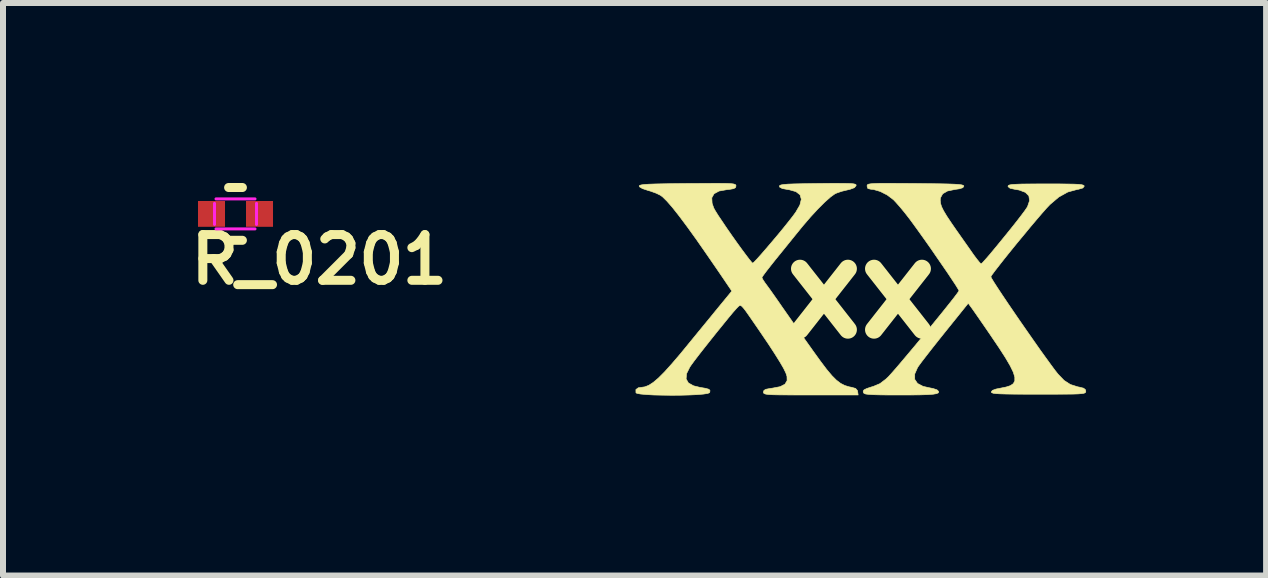
<source format=kicad_pcb>
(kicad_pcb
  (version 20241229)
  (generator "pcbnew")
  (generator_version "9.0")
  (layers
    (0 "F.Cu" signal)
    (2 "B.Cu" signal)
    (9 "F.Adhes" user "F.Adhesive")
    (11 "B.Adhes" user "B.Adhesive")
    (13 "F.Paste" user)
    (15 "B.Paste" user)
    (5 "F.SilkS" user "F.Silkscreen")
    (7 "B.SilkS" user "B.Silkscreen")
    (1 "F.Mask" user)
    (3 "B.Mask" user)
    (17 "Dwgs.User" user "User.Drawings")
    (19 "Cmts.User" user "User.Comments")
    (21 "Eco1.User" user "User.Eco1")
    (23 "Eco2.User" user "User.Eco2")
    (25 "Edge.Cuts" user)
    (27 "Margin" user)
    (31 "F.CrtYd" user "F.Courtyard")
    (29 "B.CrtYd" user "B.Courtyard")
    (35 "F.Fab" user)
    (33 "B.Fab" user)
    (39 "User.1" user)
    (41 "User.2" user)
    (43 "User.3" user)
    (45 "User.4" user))
  (footprint "xx"
    (layer "F.Cu")
    (at 11.299 1.755)
    (property "Reference" "xx" (at 0 0 0) (layer "F.SilkS") (effects (font (size 1.524 1.524) (thickness 0.3))))
    (attr through_hole)
    (fp_poly (pts (xy -2.35 -1.749) (xy -2.248 -1.748) (xy -2.176 -1.745) (xy -2.128 -1.74) (xy -2.1 -1.732) (xy -2.087 -1.723) (xy -2.083 -1.711) (xy -2.083 -1.706) (xy -2.091 -1.678) (xy -2.122 -1.661) (xy -2.188 -1.649) (xy -2.237 -1.644) (xy -2.365 -1.621) (xy -2.448 -1.576) (xy -2.486 -1.509) (xy -2.481 -1.417) (xy -2.454 -1.339) (xy -2.428 -1.292) (xy -2.38 -1.215) (xy -2.314 -1.117) (xy -2.238 -1.004) (xy -2.154 -0.883) (xy -2.069 -0.763) (xy -1.988 -0.651) (xy -1.915 -0.553) (xy -1.857 -0.477) (xy -1.818 -0.43) (xy -1.804 -0.419) (xy -1.781 -0.438) (xy -1.732 -0.489) (xy -1.662 -0.567) (xy -1.578 -0.664) (xy -1.485 -0.773) (xy -1.388 -0.888) (xy -1.294 -1.002) (xy -1.209 -1.108) (xy -1.137 -1.2) (xy -1.087 -1.268) (xy -1.018 -1.387) (xy -0.994 -1.484) (xy -1.015 -1.558) (xy -1.083 -1.611) (xy -1.196 -1.643) (xy -1.224 -1.647) (xy -1.311 -1.663) (xy -1.353 -1.685) (xy -1.359 -1.702) (xy -1.353 -1.714) (xy -1.331 -1.723) (xy -1.289 -1.73) (xy -1.219 -1.736) (xy -1.118 -1.74) (xy -0.979 -1.743) (xy -0.796 -1.746) (xy -0.716 -1.747) (xy -0.518 -1.749) (xy -0.365 -1.749) (xy -0.252 -1.748) (xy -0.173 -1.746) (xy -0.122 -1.741) (xy -0.093 -1.734) (xy -0.081 -1.724) (xy -0.081 -1.711) (xy -0.081 -1.711) (xy -0.109 -1.677) (xy -0.182 -1.65) (xy -0.229 -1.639) (xy -0.32 -1.617) (xy -0.399 -1.59) (xy -0.432 -1.576) (xy -0.506 -1.523) (xy -0.604 -1.436) (xy -0.718 -1.322) (xy -0.842 -1.188) (xy -0.968 -1.041) (xy -0.999 -1.003) (xy -1.1 -0.879) (xy -1.218 -0.733) (xy -1.336 -0.587) (xy -1.428 -0.474) (xy -1.508 -0.373) (xy -1.576 -0.286) (xy -1.625 -0.22) (xy -1.649 -0.183) (xy -1.651 -0.179) (xy -1.637 -0.149) (xy -1.601 -0.094) (xy -1.567 -0.048) (xy -1.518 0.019) (xy -1.451 0.114) (xy -1.374 0.224) (xy -1.309 0.318) (xy -1.239 0.418) (xy -1.148 0.548) (xy -1.043 0.698) (xy -0.932 0.856) (xy -0.821 1.012) (xy -0.804 1.036) (xy -0.677 1.212) (xy -0.573 1.35) (xy -0.485 1.455) (xy -0.409 1.531) (xy -0.338 1.585) (xy -0.269 1.62) (xy -0.196 1.642) (xy -0.155 1.65) (xy -0.089 1.669) (xy -0.059 1.704) (xy -0.055 1.721) (xy -0.047 1.778) (xy -0.836 1.778) (xy -1.057 1.778) (xy -1.233 1.777) (xy -1.368 1.776) (xy -1.468 1.774) (xy -1.538 1.77) (xy -1.584 1.764) (xy -1.61 1.756) (xy -1.622 1.746) (xy -1.626 1.734) (xy -1.626 1.73) (xy -1.617 1.702) (xy -1.586 1.683) (xy -1.519 1.67) (xy -1.47 1.663) (xy -1.346 1.639) (xy -1.267 1.598) (xy -1.231 1.538) (xy -1.233 1.467) (xy -1.252 1.41) (xy -1.29 1.332) (xy -1.35 1.229) (xy -1.433 1.096) (xy -1.541 0.93) (xy -1.678 0.728) (xy -1.68 0.725) (xy -1.783 0.575) (xy -1.861 0.462) (xy -1.918 0.381) (xy -1.959 0.328) (xy -1.987 0.298) (xy -2.007 0.286) (xy -2.023 0.288) (xy -2.039 0.299) (xy -2.046 0.306) (xy -2.079 0.34) (xy -2.137 0.406) (xy -2.214 0.499) (xy -2.305 0.611) (xy -2.405 0.734) (xy -2.507 0.862) (xy -2.606 0.987) (xy -2.697 1.103) (xy -2.773 1.202) (xy -2.828 1.277) (xy -2.853 1.314) (xy -2.907 1.423) (xy -2.914 1.51) (xy -2.876 1.577) (xy -2.79 1.625) (xy -2.683 1.651) (xy -2.589 1.667) (xy -2.537 1.682) (xy -2.517 1.7) (xy -2.519 1.727) (xy -2.523 1.739) (xy -2.553 1.752) (xy -2.625 1.763) (xy -2.73 1.772) (xy -2.859 1.778) (xy -3.005 1.782) (xy -3.158 1.783) (xy -3.31 1.781) (xy -3.453 1.778) (xy -3.576 1.771) (xy -3.673 1.762) (xy -3.733 1.751) (xy -3.75 1.741) (xy -3.751 1.687) (xy -3.709 1.657) (xy -3.662 1.651) (xy -3.601 1.642) (xy -3.535 1.616) (xy -3.461 1.568) (xy -3.376 1.496) (xy -3.275 1.395) (xy -3.155 1.262) (xy -3.012 1.095) (xy -2.862 0.912) (xy -2.79 0.824) (xy -2.696 0.709) (xy -2.589 0.579) (xy -2.48 0.446) (xy -2.429 0.383) (xy -2.152 0.046) (xy -2.352 -0.249) (xy -2.559 -0.55) (xy -2.74 -0.81) (xy -2.897 -1.028) (xy -3.031 -1.207) (xy -3.143 -1.349) (xy -3.234 -1.453) (xy -3.305 -1.523) (xy -3.341 -1.55) (xy -3.413 -1.585) (xy -3.507 -1.619) (xy -3.558 -1.634) (xy -3.642 -1.662) (xy -3.689 -1.69) (xy -3.696 -1.705) (xy -3.688 -1.715) (xy -3.663 -1.723) (xy -3.614 -1.73) (xy -3.538 -1.735) (xy -3.43 -1.739) (xy -3.284 -1.742) (xy -3.097 -1.745) (xy -2.889 -1.747) (xy -2.666 -1.748) (xy -2.488 -1.749) (xy -2.35 -1.749)) (stroke (width 0.01) (type solid)) (fill yes) (layer "F.SilkS"))
    (fp_poly (pts (xy 0.572 -1.749) (xy 0.768 -1.748) (xy 0.908 -1.747) (xy 1.134 -1.744) (xy 1.315 -1.742) (xy 1.455 -1.739) (xy 1.559 -1.735) (xy 1.631 -1.73) (xy 1.678 -1.724) (xy 1.704 -1.716) (xy 1.714 -1.706) (xy 1.714 -1.702) (xy 1.698 -1.677) (xy 1.643 -1.659) (xy 1.568 -1.648) (xy 1.443 -1.622) (xy 1.363 -1.576) (xy 1.325 -1.508) (xy 1.321 -1.468) (xy 1.326 -1.417) (xy 1.343 -1.361) (xy 1.377 -1.292) (xy 1.431 -1.202) (xy 1.509 -1.085) (xy 1.583 -0.978) (xy 1.666 -0.86) (xy 1.752 -0.738) (xy 1.828 -0.63) (xy 1.873 -0.565) (xy 1.929 -0.49) (xy 1.974 -0.434) (xy 2 -0.408) (xy 2.002 -0.407) (xy 2.025 -0.426) (xy 2.073 -0.479) (xy 2.142 -0.558) (xy 2.225 -0.658) (xy 2.318 -0.771) (xy 2.415 -0.89) (xy 2.511 -1.009) (xy 2.6 -1.121) (xy 2.676 -1.22) (xy 2.735 -1.299) (xy 2.77 -1.351) (xy 2.776 -1.361) (xy 2.81 -1.461) (xy 2.798 -1.541) (xy 2.74 -1.599) (xy 2.636 -1.638) (xy 2.565 -1.65) (xy 2.486 -1.667) (xy 2.453 -1.693) (xy 2.451 -1.702) (xy 2.457 -1.714) (xy 2.478 -1.723) (xy 2.52 -1.73) (xy 2.588 -1.734) (xy 2.688 -1.738) (xy 2.826 -1.739) (xy 3.007 -1.74) (xy 3.086 -1.74) (xy 3.285 -1.74) (xy 3.438 -1.738) (xy 3.552 -1.736) (xy 3.631 -1.732) (xy 3.682 -1.726) (xy 3.71 -1.717) (xy 3.721 -1.706) (xy 3.721 -1.702) (xy 3.698 -1.672) (xy 3.626 -1.651) (xy 3.605 -1.648) (xy 3.448 -1.605) (xy 3.298 -1.522) (xy 3.146 -1.393) (xy 3.142 -1.388) (xy 3.09 -1.333) (xy 3.017 -1.25) (xy 2.927 -1.145) (xy 2.824 -1.023) (xy 2.715 -0.891) (xy 2.603 -0.756) (xy 2.494 -0.622) (xy 2.393 -0.496) (xy 2.305 -0.384) (xy 2.234 -0.293) (xy 2.185 -0.227) (xy 2.165 -0.194) (xy 2.164 -0.193) (xy 2.177 -0.166) (xy 2.215 -0.103) (xy 2.275 -0.01) (xy 2.353 0.108) (xy 2.445 0.245) (xy 2.548 0.396) (xy 2.657 0.555) (xy 2.769 0.716) (xy 2.88 0.875) (xy 2.986 1.026) (xy 3.084 1.162) (xy 3.169 1.279) (xy 3.238 1.372) (xy 3.284 1.43) (xy 3.386 1.536) (xy 3.49 1.603) (xy 3.613 1.642) (xy 3.64 1.647) (xy 3.711 1.665) (xy 3.742 1.691) (xy 3.747 1.715) (xy 3.745 1.729) (xy 3.737 1.74) (xy 3.717 1.749) (xy 3.679 1.755) (xy 3.619 1.76) (xy 3.532 1.763) (xy 3.411 1.764) (xy 3.253 1.765) (xy 3.05 1.765) (xy 2.959 1.765) (xy 2.736 1.765) (xy 2.558 1.764) (xy 2.421 1.762) (xy 2.32 1.759) (xy 2.25 1.755) (xy 2.205 1.749) (xy 2.181 1.74) (xy 2.172 1.73) (xy 2.172 1.727) (xy 2.191 1.701) (xy 2.251 1.679) (xy 2.327 1.664) (xy 2.42 1.645) (xy 2.491 1.622) (xy 2.539 1.589) (xy 2.564 1.543) (xy 2.564 1.481) (xy 2.539 1.398) (xy 2.487 1.291) (xy 2.408 1.156) (xy 2.301 0.99) (xy 2.165 0.789) (xy 2.094 0.685) (xy 2.016 0.572) (xy 1.944 0.468) (xy 1.885 0.383) (xy 1.846 0.328) (xy 1.84 0.32) (xy 1.788 0.249) (xy 1.392 0.741) (xy 1.28 0.881) (xy 1.175 1.014) (xy 1.084 1.131) (xy 1.01 1.227) (xy 0.961 1.294) (xy 0.943 1.321) (xy 0.896 1.428) (xy 0.896 1.517) (xy 0.943 1.586) (xy 1.035 1.634) (xy 1.122 1.654) (xy 1.201 1.67) (xy 1.26 1.689) (xy 1.277 1.699) (xy 1.295 1.722) (xy 1.291 1.741) (xy 1.262 1.755) (xy 1.204 1.765) (xy 1.111 1.772) (xy 0.979 1.776) (xy 0.804 1.778) (xy 0.662 1.778) (xy 0.467 1.778) (xy 0.317 1.776) (xy 0.206 1.773) (xy 0.129 1.768) (xy 0.08 1.762) (xy 0.053 1.752) (xy 0.042 1.741) (xy 0.037 1.713) (xy 0.052 1.692) (xy 0.096 1.67) (xy 0.178 1.643) (xy 0.206 1.635) (xy 0.316 1.589) (xy 0.417 1.512) (xy 0.458 1.473) (xy 0.509 1.417) (xy 0.583 1.333) (xy 0.675 1.225) (xy 0.781 1.099) (xy 0.897 0.961) (xy 1.017 0.816) (xy 1.138 0.669) (xy 1.255 0.525) (xy 1.364 0.391) (xy 1.46 0.271) (xy 1.54 0.17) (xy 1.597 0.095) (xy 1.629 0.05) (xy 1.634 0.04) (xy 1.619 0.012) (xy 1.58 -0.052) (xy 1.519 -0.144) (xy 1.442 -0.26) (xy 1.352 -0.391) (xy 1.254 -0.533) (xy 1.153 -0.68) (xy 1.051 -0.824) (xy 0.954 -0.96) (xy 0.866 -1.081) (xy 0.811 -1.156) (xy 0.73 -1.26) (xy 0.649 -1.358) (xy 0.578 -1.438) (xy 0.542 -1.476) (xy 0.439 -1.554) (xy 0.322 -1.614) (xy 0.209 -1.647) (xy 0.165 -1.651) (xy 0.115 -1.663) (xy 0.102 -1.702) (xy 0.103 -1.716) (xy 0.11 -1.728) (xy 0.129 -1.736) (xy 0.164 -1.742) (xy 0.22 -1.746) (xy 0.304 -1.749) (xy 0.419 -1.75) (xy 0.572 -1.749)) (stroke (width 0.01) (type solid)) (fill yes) (layer "F.SilkS")))
  (footprint "R_0201"
    (layer "F.Cu")
    (at 0.875 0.515)
    (property "Reference" "R_0201" (at 1.397 0.762 0) (layer "F.SilkS") (effects (font (size 0.762 0.762) (thickness 0.15))))
    (attr smd)
    (fp_line (start -0.115 0.44) (end 0.115 0.44) (stroke (width 0.15) (type solid)) (layer "F.SilkS"))
    (fp_line (start 0.115 -0.44) (end -0.115 -0.44) (stroke (width 0.15) (type solid)) (layer "F.SilkS"))
    (fp_line (start -0.35 -0.175) (end -0.35 0.175) (stroke (width 0.05) (type solid)) (layer "F.CrtYd"))
    (fp_line (start -0.325 -0.25) (end 0.325 -0.25) (stroke (width 0.05) (type solid)) (layer "F.CrtYd"))
    (fp_line (start -0.325 0.25) (end 0.325 0.25) (stroke (width 0.05) (type solid)) (layer "F.CrtYd"))
    (fp_line (start 0.35 -0.175) (end 0.35 0.175) (stroke (width 0.05) (type solid)) (layer "F.CrtYd"))
    (pad "1" smd rect (at -0.4 0) (size 0.45 0.43) (layers "F.Cu" "F.Mask" "F.Paste"))
    (pad "2" smd rect (at 0.4 0) (size 0.45 0.43) (layers "F.Cu" "F.Mask" "F.Paste")))
  (gr_rect
    (start -3 -3)
    (end 18.051 6.542)
    (stroke (width 0.1) (type default))
    (fill no)
    (layer "Edge.Cuts")))
</source>
